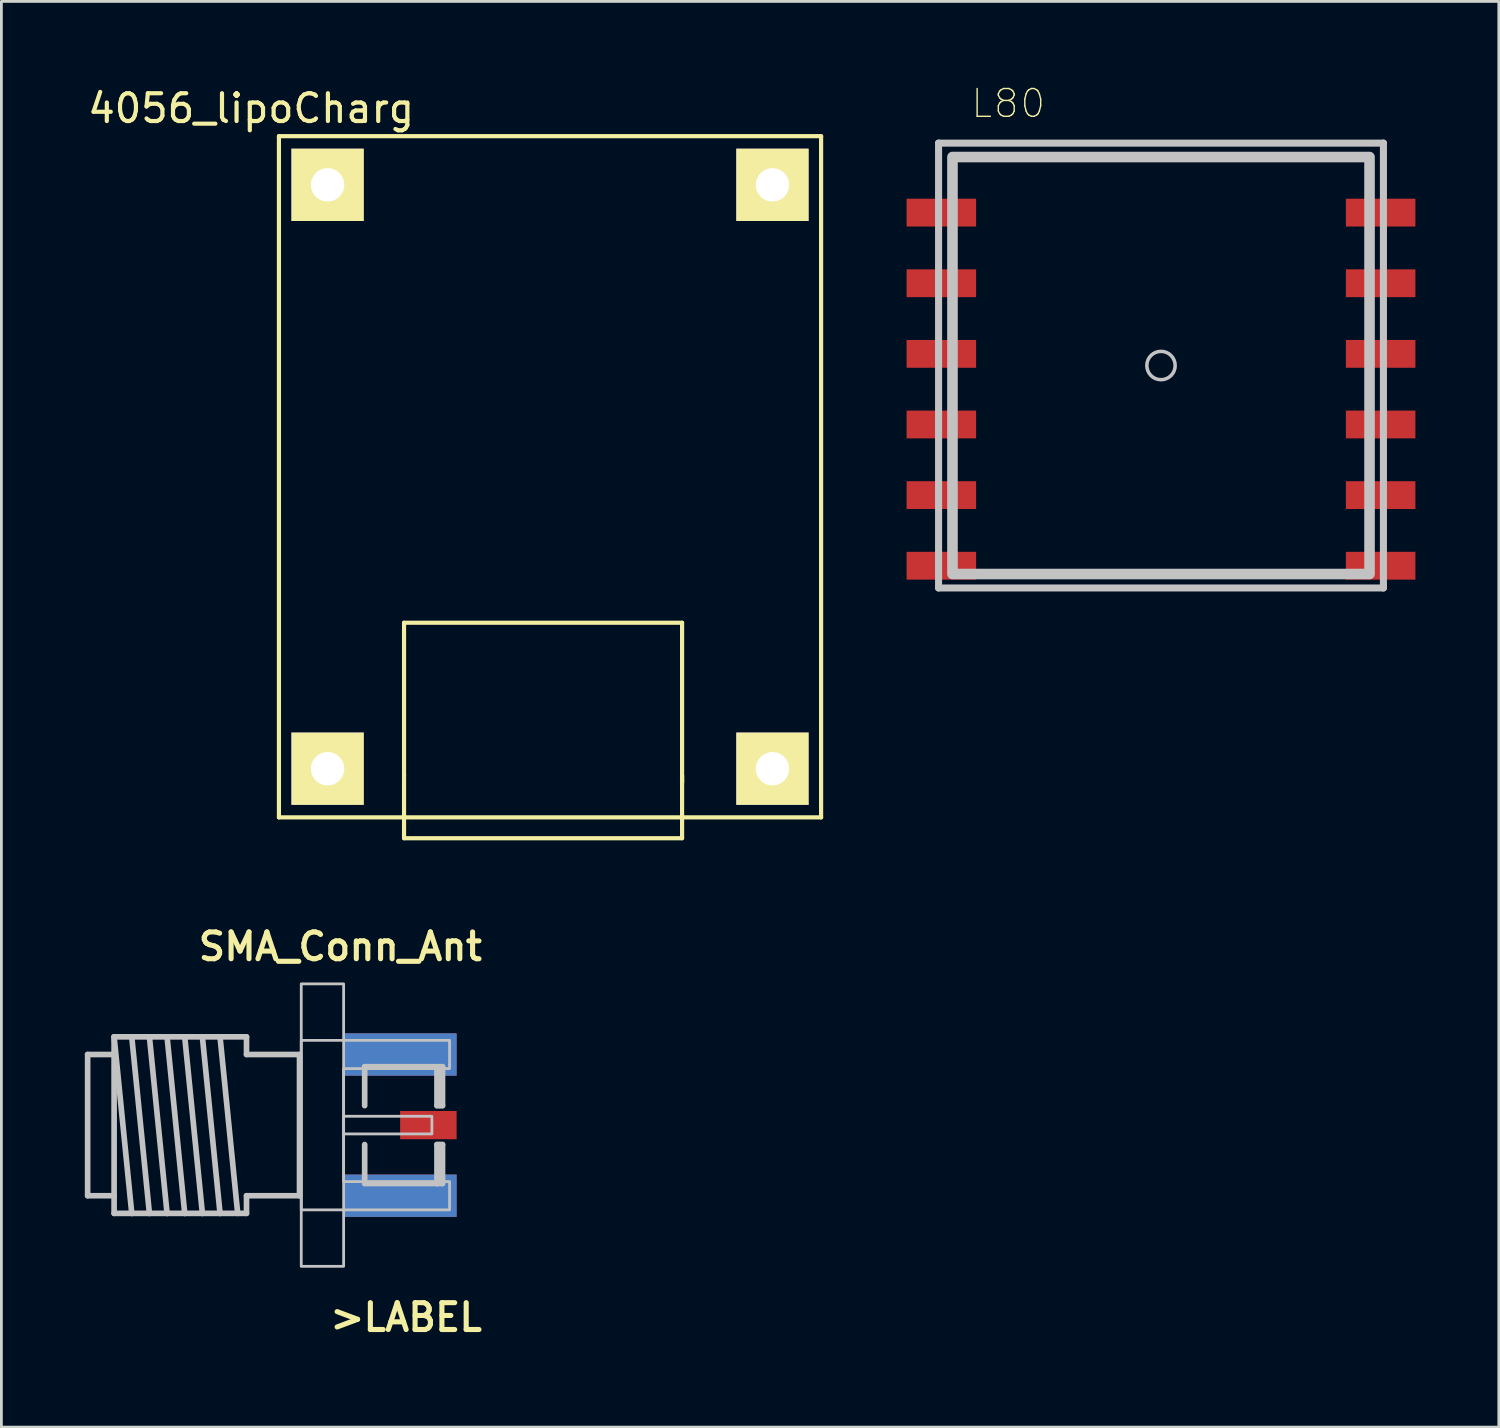
<source format=kicad_pcb>
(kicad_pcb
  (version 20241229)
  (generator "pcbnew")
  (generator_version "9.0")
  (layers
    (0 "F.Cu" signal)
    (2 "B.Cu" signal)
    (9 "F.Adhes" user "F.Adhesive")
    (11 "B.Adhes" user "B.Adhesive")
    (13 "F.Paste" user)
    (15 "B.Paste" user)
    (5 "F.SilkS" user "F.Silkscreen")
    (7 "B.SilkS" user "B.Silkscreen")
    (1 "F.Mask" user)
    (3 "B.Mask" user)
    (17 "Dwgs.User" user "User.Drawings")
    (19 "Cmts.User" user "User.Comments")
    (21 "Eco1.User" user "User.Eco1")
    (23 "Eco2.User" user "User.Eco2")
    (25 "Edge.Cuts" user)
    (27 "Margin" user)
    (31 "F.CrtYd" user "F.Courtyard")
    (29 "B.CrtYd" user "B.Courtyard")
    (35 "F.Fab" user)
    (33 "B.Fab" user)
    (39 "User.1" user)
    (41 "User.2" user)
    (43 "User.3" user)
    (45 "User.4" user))
  (footprint "SMA_Conn_Ant"
    (layer "F.Cu")
    (at 9.309 37.416)
    (property "Reference" "SMA_Conn_Ant" (at 5.08 -6.985 0) (layer "F.SilkS") (effects (font (size 0.965 0.965) (thickness 0.183)) (justify right top)))
    (attr through_hole)
    (fp_poly (pts (xy 0.889 -0.938) (xy 3.226 -0.938) (xy 3.226 -1.853) (xy 0.889 -1.853)) (stroke (width 0) (type solid)) (fill yes) (layer "F.Mask"))
    (fp_poly (pts (xy 0.889 1.853) (xy 3.226 1.853) (xy 3.226 0.938) (xy 0.889 0.938)) (stroke (width 0) (type solid)) (fill yes) (layer "F.Mask"))
    (fp_poly (pts (xy 0.991 -0.989) (xy 3.124 -0.989) (xy 3.124 -1.802) (xy 0.991 -1.802)) (stroke (width 0) (type solid)) (fill yes) (layer "F.Paste"))
    (fp_poly (pts (xy 0.991 1.802) (xy 3.124 1.802) (xy 3.124 0.989) (xy 0.991 0.989)) (stroke (width 0) (type solid)) (fill yes) (layer "F.Paste"))
    (fp_poly (pts (xy 3.2 0.483) (xy 3.962 0.483) (xy 3.962 -0.483) (xy 3.2 -0.483)) (stroke (width 0) (type solid)) (fill yes) (layer "F.Paste"))
    (fp_line (start -9.207 -2.54) (end -8.255 -2.54) (stroke (width 0.203) (type solid)) (layer "Dwgs.User"))
    (fp_line (start -9.207 2.54) (end -9.207 -2.54) (stroke (width 0.203) (type solid)) (layer "Dwgs.User"))
    (fp_line (start -8.255 -3.175) (end -7.62 -3.175) (stroke (width 0.203) (type solid)) (layer "Dwgs.User"))
    (fp_line (start -8.255 -3.175) (end -7.62 3.175) (stroke (width 0.203) (type solid)) (layer "Dwgs.User"))
    (fp_line (start -8.255 -2.54) (end -8.255 -3.175) (stroke (width 0.203) (type solid)) (layer "Dwgs.User"))
    (fp_line (start -8.255 -2.54) (end -8.255 2.54) (stroke (width 0.203) (type solid)) (layer "Dwgs.User"))
    (fp_line (start -8.255 2.54) (end -9.207 2.54) (stroke (width 0.203) (type solid)) (layer "Dwgs.User"))
    (fp_line (start -8.255 3.175) (end -8.255 2.54) (stroke (width 0.203) (type solid)) (layer "Dwgs.User"))
    (fp_line (start -7.62 -3.175) (end -6.985 -3.175) (stroke (width 0.203) (type solid)) (layer "Dwgs.User"))
    (fp_line (start -7.62 -3.175) (end -6.985 3.175) (stroke (width 0.203) (type solid)) (layer "Dwgs.User"))
    (fp_line (start -7.62 3.175) (end -8.255 3.175) (stroke (width 0.203) (type solid)) (layer "Dwgs.User"))
    (fp_line (start -6.985 -3.175) (end -6.35 -3.175) (stroke (width 0.203) (type solid)) (layer "Dwgs.User"))
    (fp_line (start -6.985 -3.175) (end -6.35 3.175) (stroke (width 0.203) (type solid)) (layer "Dwgs.User"))
    (fp_line (start -6.985 3.175) (end -7.62 3.175) (stroke (width 0.203) (type solid)) (layer "Dwgs.User"))
    (fp_line (start -6.35 -3.175) (end -5.715 -3.175) (stroke (width 0.203) (type solid)) (layer "Dwgs.User"))
    (fp_line (start -6.35 -3.175) (end -5.715 3.175) (stroke (width 0.203) (type solid)) (layer "Dwgs.User"))
    (fp_line (start -6.35 3.175) (end -6.985 3.175) (stroke (width 0.203) (type solid)) (layer "Dwgs.User"))
    (fp_line (start -5.715 -3.175) (end -5.08 -3.175) (stroke (width 0.203) (type solid)) (layer "Dwgs.User"))
    (fp_line (start -5.715 -3.175) (end -5.08 3.175) (stroke (width 0.203) (type solid)) (layer "Dwgs.User"))
    (fp_line (start -5.715 3.175) (end -6.35 3.175) (stroke (width 0.203) (type solid)) (layer "Dwgs.User"))
    (fp_line (start -5.08 -3.175) (end -4.445 -3.175) (stroke (width 0.203) (type solid)) (layer "Dwgs.User"))
    (fp_line (start -5.08 -3.175) (end -4.445 3.175) (stroke (width 0.203) (type solid)) (layer "Dwgs.User"))
    (fp_line (start -5.08 3.175) (end -5.715 3.175) (stroke (width 0.203) (type solid)) (layer "Dwgs.User"))
    (fp_line (start -4.445 -3.175) (end -3.81 3.175) (stroke (width 0.203) (type solid)) (layer "Dwgs.User"))
    (fp_line (start -4.445 -3.175) (end -3.493 -3.175) (stroke (width 0.203) (type solid)) (layer "Dwgs.User"))
    (fp_line (start -4.445 3.175) (end -5.08 3.175) (stroke (width 0.203) (type solid)) (layer "Dwgs.User"))
    (fp_line (start -3.493 -3.175) (end -3.493 -2.54) (stroke (width 0.203) (type solid)) (layer "Dwgs.User"))
    (fp_line (start -3.493 -2.54) (end -1.587 -2.54) (stroke (width 0.203) (type solid)) (layer "Dwgs.User"))
    (fp_line (start -3.493 2.54) (end -3.493 3.175) (stroke (width 0.203) (type solid)) (layer "Dwgs.User"))
    (fp_line (start -3.493 3.175) (end -4.445 3.175) (stroke (width 0.203) (type solid)) (layer "Dwgs.User"))
    (fp_line (start -1.587 -2.54) (end -1.587 2.54) (stroke (width 0.203) (type solid)) (layer "Dwgs.User"))
    (fp_line (start -1.587 2.54) (end -3.493 2.54) (stroke (width 0.203) (type solid)) (layer "Dwgs.User"))
    (fp_line (start 0.757 -0.7) (end 0.757 -2.1) (stroke (width 0.203) (type solid)) (layer "Dwgs.User"))
    (fp_line (start 0.757 2.1) (end 0.757 0.7) (stroke (width 0.203) (type solid)) (layer "Dwgs.User"))
    (fp_line (start 0.757 2.1) (end 3.357 2.1) (stroke (width 0.203) (type solid)) (layer "Dwgs.User"))
    (fp_line (start 3.357 -2.1) (end 0.757 -2.1) (stroke (width 0.203) (type solid)) (layer "Dwgs.User"))
    (fp_line (start 3.357 -0.7) (end 3.357 -2.1) (stroke (width 0.203) (type solid)) (layer "Dwgs.User"))
    (fp_line (start 3.357 2.1) (end 3.357 0.7) (stroke (width 0.203) (type solid)) (layer "Dwgs.User"))
    (fp_line (start 3.457 -0.7) (end 3.457 -2) (stroke (width 0.203) (type solid)) (layer "Dwgs.User"))
    (fp_line (start 3.457 2) (end 3.457 0.7) (stroke (width 0.203) (type solid)) (layer "Dwgs.User"))
    (fp_line (start 3.557 -2.1) (end 3.357 -2.1) (stroke (width 0.203) (type solid)) (layer "Dwgs.User"))
    (fp_line (start 3.557 -0.7) (end 3.357 -0.7) (stroke (width 0.203) (type solid)) (layer "Dwgs.User"))
    (fp_line (start 3.557 -0.7) (end 3.557 -2.1) (stroke (width 0.203) (type solid)) (layer "Dwgs.User"))
    (fp_line (start 3.557 0.7) (end 3.357 0.7) (stroke (width 0.203) (type solid)) (layer "Dwgs.User"))
    (fp_line (start 3.557 2.1) (end 3.357 2.1) (stroke (width 0.203) (type solid)) (layer "Dwgs.User"))
    (fp_line (start 3.557 2.1) (end 3.557 0.7) (stroke (width 0.203) (type solid)) (layer "Dwgs.User"))
    (fp_poly (pts (xy -1.524 -5.08) (xy 0 -5.08) (xy 0 5.08) (xy -1.524 5.08)) (stroke (width 0.1) (type solid)) (fill no) (layer "Dwgs.User"))
    (fp_poly (pts (xy 0 0.318) (xy 3.175 0.318) (xy 3.175 -0.318) (xy 0 -0.318)) (stroke (width 0.1) (type solid)) (fill no) (layer "Dwgs.User"))
    (fp_poly (pts (xy -1.524 -3.048) (xy 3.81 -3.048) (xy 3.81 -2.032) (xy 0 -2.032) (xy 0 2.032) (xy 3.81 2.032) (xy 3.81 3.048) (xy -1.524 3.048)) (stroke (width 0.1) (type solid)) (fill no) (layer "Dwgs.User"))
    (fp_text user ">LABEL" (at 5.08 6.35 0) (layer "F.SilkS") (effects (font (size 0.965 0.965) (thickness 0.183)) (justify right top)))
    (pad "" smd rect (at 2.032 -2.54 90) (size 1.524 4.064) (layers "B.Cu" "B.Mask" "B.Paste"))
    (pad "" smd rect (at 2.032 2.54 90) (size 1.524 4.064) (layers "B.Cu" "B.Mask" "B.Paste"))
    (pad "1" smd rect (at 2.032 -2.54 90) (size 1.524 4.064) (layers "F.Cu" "F.Mask" "F.Paste"))
    (pad "2" smd rect (at 3.048 0 90) (size 1.016 2.032) (layers "F.Cu" "F.Mask" "F.Paste"))
    (pad "3" smd rect (at 2.032 2.54 90) (size 1.524 4.064) (layers "F.Cu" "F.Mask" "F.Paste")))
  (footprint "4056_lipoCharg"
    (layer "F.Cu")
    (at 5.982 0.348)
    (property "Reference" "4056_lipoCharg" (at 0 0.5 0) (layer "F.SilkS") (effects (font (size 1 1) (thickness 0.15))))
    (attr through_hole)
    (fp_line (start 1 1.5) (end 20.5 1.5) (stroke (width 0.15) (type solid)) (layer "F.SilkS"))
    (fp_line (start 1 26) (end 1 1.5) (stroke (width 0.15) (type solid)) (layer "F.SilkS"))
    (fp_line (start 5.5 19) (end 15.5 19) (stroke (width 0.15) (type solid)) (layer "F.SilkS"))
    (fp_line (start 5.5 24.5) (end 5.5 19) (stroke (width 0.15) (type solid)) (layer "F.SilkS"))
    (fp_line (start 5.5 24.5) (end 5.5 26) (stroke (width 0.15) (type solid)) (layer "F.SilkS"))
    (fp_line (start 5.5 26) (end 5.5 26.75) (stroke (width 0.15) (type solid)) (layer "F.SilkS"))
    (fp_line (start 5.5 26.75) (end 15.5 26.75) (stroke (width 0.15) (type solid)) (layer "F.SilkS"))
    (fp_line (start 15.5 19) (end 15.5 24.75) (stroke (width 0.15) (type solid)) (layer "F.SilkS"))
    (fp_line (start 15.5 24.5) (end 15.5 26) (stroke (width 0.15) (type solid)) (layer "F.SilkS"))
    (fp_line (start 15.5 26.75) (end 15.5 26) (stroke (width 0.15) (type solid)) (layer "F.SilkS"))
    (fp_line (start 20.5 1.5) (end 20.5 26) (stroke (width 0.15) (type solid)) (layer "F.SilkS"))
    (fp_line (start 20.5 26) (end 1 26) (stroke (width 0.15) (type solid)) (layer "F.SilkS"))
    (pad "1" thru_hole rect (at 2.75 24.25) (size 2.6 2.6) (drill 1.2) (layers "*.Cu" "*.Mask" "F.SilkS"))
    (pad "2" thru_hole rect (at 18.75 24.25) (size 2.6 2.6) (drill 1.2) (layers "*.Cu" "*.Mask" "F.SilkS"))
    (pad "3" thru_hole rect (at 2.75 3.25) (size 2.6 2.6) (drill 1.2) (layers "*.Cu" "*.Mask" "F.SilkS"))
    (pad "4" thru_hole rect (at 18.75 3.25) (size 2.6 2.6) (drill 1.2) (layers "*.Cu" "*.Mask" "F.SilkS")))
  (footprint "L80"
    (layer "F.Cu")
    (at 38.673 10.308)
    (property "Reference" "L80" (at -5.46 -9.635 0) (layer "F.SilkS") (effects (font (size 1 1) (thickness 0.05))))
    (attr smd)
    (fp_line (start -7.966 -8.211) (end -7.966 7.789) (stroke (width 0.254) (type solid)) (layer "Dwgs.User"))
    (fp_line (start -7.966 7.789) (end 8.034 7.789) (stroke (width 0.254) (type solid)) (layer "Dwgs.User"))
    (fp_line (start 8.034 -8.211) (end -7.966 -8.211) (stroke (width 0.254) (type solid)) (layer "Dwgs.User"))
    (fp_line (start 8.034 7.789) (end 8.034 -8.211) (stroke (width 0.254) (type solid)) (layer "Dwgs.User"))
    (fp_circle (center 0.034 -0.211) (end -0.476 -0.211) (stroke (width 0.127) (type solid)) (fill no) (layer "Dwgs.User"))
    (fp_poly (pts (xy 7.534 7.289) (xy -7.466 7.289) (xy -7.466 -7.711) (xy 7.534 -7.711)) (stroke (width 0.381) (type solid)) (fill no) (layer "Dwgs.User"))
    (pad "1" smd rect (at -7.866 -5.711 180) (size 2.5 1) (layers "F.Cu" "F.Mask" "F.Paste"))
    (pad "2" smd rect (at -7.866 -3.171 180) (size 2.5 1) (layers "F.Cu" "F.Mask" "F.Paste"))
    (pad "3" smd rect (at -7.866 -0.631 180) (size 2.5 1) (layers "F.Cu" "F.Mask" "F.Paste"))
    (pad "4" smd rect (at -7.866 1.909 180) (size 2.5 1) (layers "F.Cu" "F.Mask" "F.Paste"))
    (pad "5" smd rect (at -7.866 4.449 180) (size 2.5 1) (layers "F.Cu" "F.Mask" "F.Paste"))
    (pad "6" smd rect (at -7.866 6.989 180) (size 2.5 1) (layers "F.Cu" "F.Mask" "F.Paste"))
    (pad "7" smd rect (at 7.934 6.989) (size 2.5 1) (layers "F.Cu" "F.Mask" "F.Paste"))
    (pad "8" smd rect (at 7.934 4.449) (size 2.5 1) (layers "F.Cu" "F.Mask" "F.Paste"))
    (pad "9" smd rect (at 7.934 1.909) (size 2.5 1) (layers "F.Cu" "F.Mask" "F.Paste"))
    (pad "10" smd rect (at 7.934 -0.631) (size 2.5 1) (layers "F.Cu" "F.Mask" "F.Paste"))
    (pad "11" smd rect (at 7.934 -3.171) (size 2.5 1) (layers "F.Cu" "F.Mask" "F.Paste"))
    (pad "12" smd rect (at 7.934 -5.711 180) (size 2.5 1) (layers "F.Cu" "F.Mask" "F.Paste")))
  (gr_rect
    (start -3 -3)
    (end 50.857 48.279)
    (stroke (width 0.1) (type default))
    (fill no)
    (layer "Edge.Cuts")))
</source>
